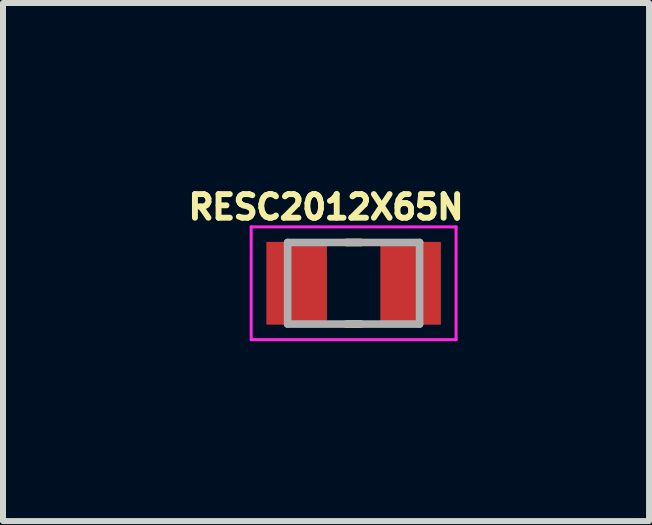
<source format=kicad_pcb>
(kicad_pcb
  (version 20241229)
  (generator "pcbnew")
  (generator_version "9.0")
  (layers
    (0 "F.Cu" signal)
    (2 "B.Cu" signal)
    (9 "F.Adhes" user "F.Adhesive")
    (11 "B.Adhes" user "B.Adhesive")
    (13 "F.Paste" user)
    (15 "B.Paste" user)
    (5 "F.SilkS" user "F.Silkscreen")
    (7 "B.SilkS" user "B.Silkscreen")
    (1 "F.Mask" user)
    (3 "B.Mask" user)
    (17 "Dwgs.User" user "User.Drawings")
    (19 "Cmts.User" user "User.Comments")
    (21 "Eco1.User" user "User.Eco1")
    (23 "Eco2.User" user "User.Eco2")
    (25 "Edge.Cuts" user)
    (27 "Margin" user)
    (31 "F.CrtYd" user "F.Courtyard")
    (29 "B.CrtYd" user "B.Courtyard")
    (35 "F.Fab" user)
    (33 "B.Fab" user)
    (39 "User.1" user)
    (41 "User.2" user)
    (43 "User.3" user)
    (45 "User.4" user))
  (footprint "RESC2012X65N"
    (layer "F.Cu")
    (at 2.846 1.673)
    (property "Reference" "RESC2012X65N" (at -0.46 -1.27 0) (layer "F.SilkS") (effects (font (size 0.394 0.394) (thickness 0.15))))
    (attr smd)
    (fp_line (start -0.12 -0.68) (end 0.12 -0.68) (stroke (width 0.127) (type solid)) (layer "F.SilkS"))
    (fp_line (start -0.12 0.68) (end 0.12 0.68) (stroke (width 0.127) (type solid)) (layer "F.SilkS"))
    (fp_line (start -1.708 -0.94) (end 1.708 -0.94) (stroke (width 0.05) (type solid)) (layer "F.CrtYd"))
    (fp_line (start -1.708 0.94) (end -1.708 -0.94) (stroke (width 0.05) (type solid)) (layer "F.CrtYd"))
    (fp_line (start -1.708 0.94) (end 1.708 0.94) (stroke (width 0.05) (type solid)) (layer "F.CrtYd"))
    (fp_line (start 1.708 0.94) (end 1.708 -0.94) (stroke (width 0.05) (type solid)) (layer "F.CrtYd"))
    (fp_line (start -1.1 0.68) (end -1.1 -0.68) (stroke (width 0.127) (type solid)) (layer "F.Fab"))
    (fp_line (start 1.1 -0.68) (end -1.1 -0.68) (stroke (width 0.127) (type solid)) (layer "F.Fab"))
    (fp_line (start 1.1 0.68) (end -1.1 0.68) (stroke (width 0.127) (type solid)) (layer "F.Fab"))
    (fp_line (start 1.1 0.68) (end 1.1 -0.68) (stroke (width 0.127) (type solid)) (layer "F.Fab"))
    (pad "1" smd rect (at -0.95 0) (size 1.01 1.38) (layers "F.Cu" "F.Mask" "F.Paste"))
    (pad "2" smd rect (at 0.95 0) (size 1.01 1.38) (layers "F.Cu" "F.Mask" "F.Paste")))
  (gr_rect
    (start -3 -3)
    (end 7.772 5.638)
    (stroke (width 0.1) (type default))
    (fill no)
    (layer "Edge.Cuts")))
</source>
